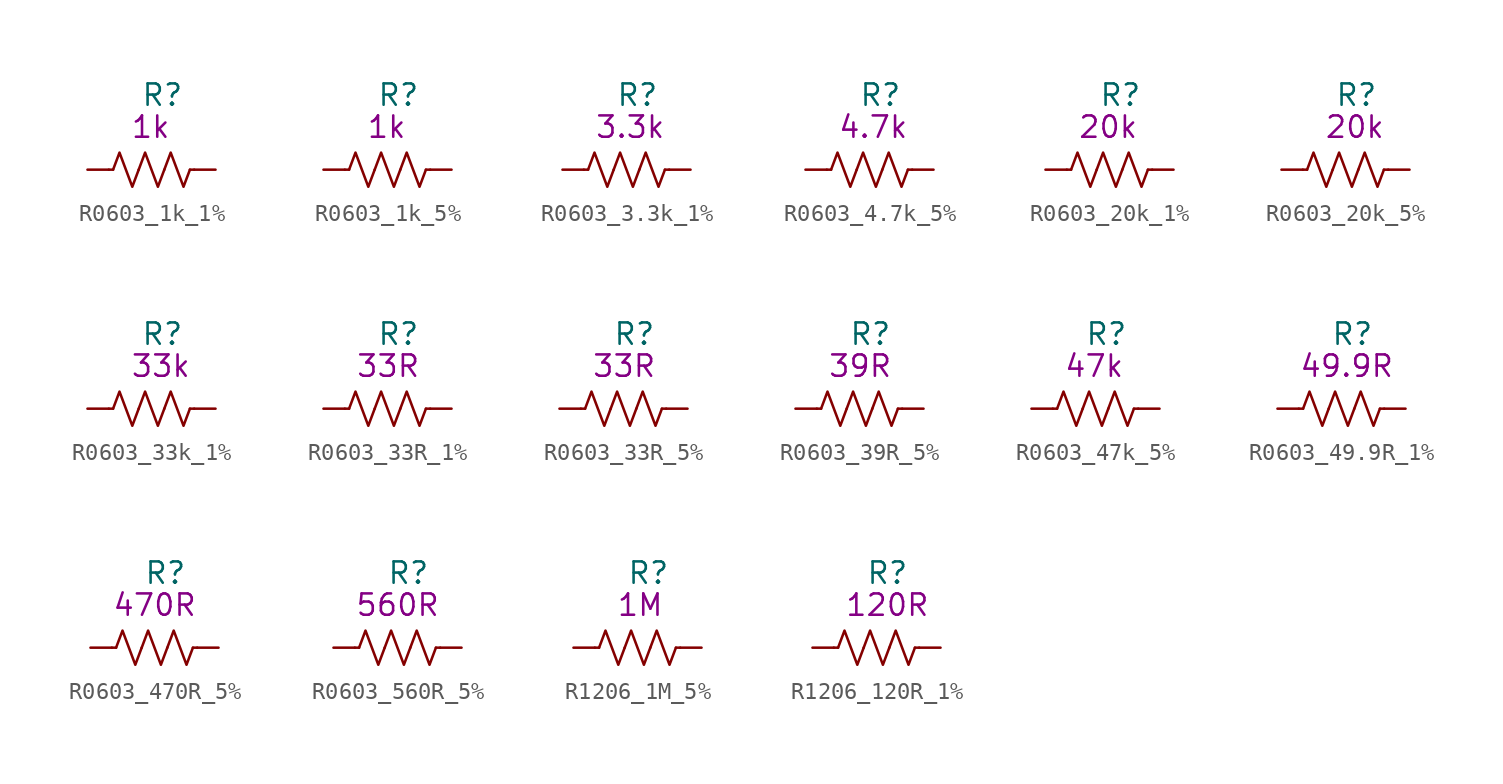
<source format=kicad_sym>
(kicad_symbol_lib
  (version 20211014)
  (generator kicad_symbol_editor)
  (symbol "R0603_1k_1%"
    (pin_numbers hide)
    (pin_names
      (offset 1.016))
    (property "Reference" "R"
      (at -0.635 4.445 0)
      (effects (font (size 1.27 1.27)) (justify left)))
    (property "Symbol" "1k"
      (at -1.27 2.54 0)
      (effects (font (size 1.27 1.27)) (justify left)))
    (symbol "R0603_1k_1%_1_1"
      (polyline (pts (xy -2.286 0) (xy -2.54 0)) (stroke (width 0) (type default) (color 0 0 0 0)) (fill (type none)))
      (polyline (pts (xy 2.286 0) (xy 2.54 0)) (stroke (width 0) (type default) (color 0 0 0 0)) (fill (type none)))
      (polyline (pts (xy -2.286 0) (xy -1.905 1.016) (xy -1.524 0) (xy -1.143 -1.016) (xy -0.762 0)) (stroke (width 0) (type default) (color 0 0 0 0)) (fill (type none)))
      (polyline (pts (xy -0.762 0) (xy -0.381 1.016) (xy 0 0) (xy 0.381 -1.016) (xy 0.762 0)) (stroke (width 0) (type default) (color 0 0 0 0)) (fill (type none)))
      (polyline (pts (xy 0.762 0) (xy 1.143 1.016) (xy 1.524 0) (xy 1.905 -1.016) (xy 2.286 0)) (stroke (width 0) (type default) (color 0 0 0 0)) (fill (type none)))
      (pin passive line (at -3.81 0 0) (length 1.27) (name "~" (effects (font (size 1.27 1.27)))) (number "1" (effects (font (size 1.27 1.27)))))
      (pin passive line (at 3.81 0 180) (length 1.27) (name "~" (effects (font (size 1.27 1.27)))) (number "2" (effects (font (size 1.27 1.27)))))))
  (symbol "R0603_1k_5%"
    (pin_numbers hide)
    (pin_names
      (offset 1.016))
    (property "Reference" "R"
      (at -0.635 4.445 0)
      (effects (font (size 1.27 1.27)) (justify left)))
    (property "Symbol" "1k"
      (at -1.27 2.54 0)
      (effects (font (size 1.27 1.27)) (justify left)))
    (symbol "R0603_1k_5%_1_1"
      (polyline (pts (xy -2.286 0) (xy -2.54 0)) (stroke (width 0) (type default) (color 0 0 0 0)) (fill (type none)))
      (polyline (pts (xy 2.286 0) (xy 2.54 0)) (stroke (width 0) (type default) (color 0 0 0 0)) (fill (type none)))
      (polyline (pts (xy -2.286 0) (xy -1.905 1.016) (xy -1.524 0) (xy -1.143 -1.016) (xy -0.762 0)) (stroke (width 0) (type default) (color 0 0 0 0)) (fill (type none)))
      (polyline (pts (xy -0.762 0) (xy -0.381 1.016) (xy 0 0) (xy 0.381 -1.016) (xy 0.762 0)) (stroke (width 0) (type default) (color 0 0 0 0)) (fill (type none)))
      (polyline (pts (xy 0.762 0) (xy 1.143 1.016) (xy 1.524 0) (xy 1.905 -1.016) (xy 2.286 0)) (stroke (width 0) (type default) (color 0 0 0 0)) (fill (type none)))
      (pin passive line (at -3.81 0 0) (length 1.27) (name "~" (effects (font (size 1.27 1.27)))) (number "1" (effects (font (size 1.27 1.27)))))
      (pin passive line (at 3.81 0 180) (length 1.27) (name "~" (effects (font (size 1.27 1.27)))) (number "2" (effects (font (size 1.27 1.27)))))))
  (symbol "R0603_3.3k_1%"
    (pin_numbers hide)
    (pin_names
      (offset 1.016))
    (property "Reference" "R"
      (at -0.635 4.445 0)
      (effects (font (size 1.27 1.27)) (justify left)))
    (property "Symbol" "3.3k"
      (at -1.905 2.54 0)
      (effects (font (size 1.27 1.27)) (justify left)))
    (symbol "R0603_3.3k_1%_1_1"
      (polyline (pts (xy -2.286 0) (xy -2.54 0)) (stroke (width 0) (type default) (color 0 0 0 0)) (fill (type none)))
      (polyline (pts (xy 2.286 0) (xy 2.54 0)) (stroke (width 0) (type default) (color 0 0 0 0)) (fill (type none)))
      (polyline (pts (xy -2.286 0) (xy -1.905 1.016) (xy -1.524 0) (xy -1.143 -1.016) (xy -0.762 0)) (stroke (width 0) (type default) (color 0 0 0 0)) (fill (type none)))
      (polyline (pts (xy -0.762 0) (xy -0.381 1.016) (xy 0 0) (xy 0.381 -1.016) (xy 0.762 0)) (stroke (width 0) (type default) (color 0 0 0 0)) (fill (type none)))
      (polyline (pts (xy 0.762 0) (xy 1.143 1.016) (xy 1.524 0) (xy 1.905 -1.016) (xy 2.286 0)) (stroke (width 0) (type default) (color 0 0 0 0)) (fill (type none)))
      (pin passive line (at -3.81 0 0) (length 1.27) (name "~" (effects (font (size 1.27 1.27)))) (number "1" (effects (font (size 1.27 1.27)))))
      (pin passive line (at 3.81 0 180) (length 1.27) (name "~" (effects (font (size 1.27 1.27)))) (number "2" (effects (font (size 1.27 1.27)))))))
  (symbol "R0603_4.7k_5%"
    (pin_numbers hide)
    (pin_names
      (offset 1.016))
    (property "Reference" "R"
      (at -0.635 4.445 0)
      (effects (font (size 1.27 1.27)) (justify left)))
    (property "Symbol" "4.7k"
      (at -1.905 2.54 0)
      (effects (font (size 1.27 1.27)) (justify left)))
    (symbol "R0603_4.7k_5%_1_1"
      (polyline (pts (xy -2.286 0) (xy -2.54 0)) (stroke (width 0) (type default) (color 0 0 0 0)) (fill (type none)))
      (polyline (pts (xy 2.286 0) (xy 2.54 0)) (stroke (width 0) (type default) (color 0 0 0 0)) (fill (type none)))
      (polyline (pts (xy -2.286 0) (xy -1.905 1.016) (xy -1.524 0) (xy -1.143 -1.016) (xy -0.762 0)) (stroke (width 0) (type default) (color 0 0 0 0)) (fill (type none)))
      (polyline (pts (xy -0.762 0) (xy -0.381 1.016) (xy 0 0) (xy 0.381 -1.016) (xy 0.762 0)) (stroke (width 0) (type default) (color 0 0 0 0)) (fill (type none)))
      (polyline (pts (xy 0.762 0) (xy 1.143 1.016) (xy 1.524 0) (xy 1.905 -1.016) (xy 2.286 0)) (stroke (width 0) (type default) (color 0 0 0 0)) (fill (type none)))
      (pin passive line (at -3.81 0 0) (length 1.27) (name "~" (effects (font (size 1.27 1.27)))) (number "1" (effects (font (size 1.27 1.27)))))
      (pin passive line (at 3.81 0 180) (length 1.27) (name "~" (effects (font (size 1.27 1.27)))) (number "2" (effects (font (size 1.27 1.27)))))))
  (symbol "R0603_20k_1%"
    (pin_numbers hide)
    (pin_names
      (offset 1.016))
    (property "Reference" "R"
      (at -0.635 4.445 0)
      (effects (font (size 1.27 1.27)) (justify left)))
    (property "Symbol" "20k"
      (at -1.905 2.54 0)
      (effects (font (size 1.27 1.27)) (justify left)))
    (symbol "R0603_20k_1%_1_1"
      (polyline (pts (xy -2.286 0) (xy -2.54 0)) (stroke (width 0) (type default) (color 0 0 0 0)) (fill (type none)))
      (polyline (pts (xy 2.286 0) (xy 2.54 0)) (stroke (width 0) (type default) (color 0 0 0 0)) (fill (type none)))
      (polyline (pts (xy -2.286 0) (xy -1.905 1.016) (xy -1.524 0) (xy -1.143 -1.016) (xy -0.762 0)) (stroke (width 0) (type default) (color 0 0 0 0)) (fill (type none)))
      (polyline (pts (xy -0.762 0) (xy -0.381 1.016) (xy 0 0) (xy 0.381 -1.016) (xy 0.762 0)) (stroke (width 0) (type default) (color 0 0 0 0)) (fill (type none)))
      (polyline (pts (xy 0.762 0) (xy 1.143 1.016) (xy 1.524 0) (xy 1.905 -1.016) (xy 2.286 0)) (stroke (width 0) (type default) (color 0 0 0 0)) (fill (type none)))
      (pin passive line (at -3.81 0 0) (length 1.27) (name "~" (effects (font (size 1.27 1.27)))) (number "1" (effects (font (size 1.27 1.27)))))
      (pin passive line (at 3.81 0 180) (length 1.27) (name "~" (effects (font (size 1.27 1.27)))) (number "2" (effects (font (size 1.27 1.27)))))))
  (symbol "R0603_20k_5%"
    (pin_numbers hide)
    (pin_names
      (offset 1.016))
    (property "Reference" "R"
      (at -0.635 4.445 0)
      (effects (font (size 1.27 1.27)) (justify left)))
    (property "Symbol" "20k"
      (at -1.27 2.54 0)
      (effects (font (size 1.27 1.27)) (justify left)))
    (symbol "R0603_20k_5%_1_1"
      (polyline (pts (xy -2.286 0) (xy -2.54 0)) (stroke (width 0) (type default) (color 0 0 0 0)) (fill (type none)))
      (polyline (pts (xy 2.286 0) (xy 2.54 0)) (stroke (width 0) (type default) (color 0 0 0 0)) (fill (type none)))
      (polyline (pts (xy -2.286 0) (xy -1.905 1.016) (xy -1.524 0) (xy -1.143 -1.016) (xy -0.762 0)) (stroke (width 0) (type default) (color 0 0 0 0)) (fill (type none)))
      (polyline (pts (xy -0.762 0) (xy -0.381 1.016) (xy 0 0) (xy 0.381 -1.016) (xy 0.762 0)) (stroke (width 0) (type default) (color 0 0 0 0)) (fill (type none)))
      (polyline (pts (xy 0.762 0) (xy 1.143 1.016) (xy 1.524 0) (xy 1.905 -1.016) (xy 2.286 0)) (stroke (width 0) (type default) (color 0 0 0 0)) (fill (type none)))
      (pin passive line (at -3.81 0 0) (length 1.27) (name "~" (effects (font (size 1.27 1.27)))) (number "1" (effects (font (size 1.27 1.27)))))
      (pin passive line (at 3.81 0 180) (length 1.27) (name "~" (effects (font (size 1.27 1.27)))) (number "2" (effects (font (size 1.27 1.27)))))))
  (symbol "R0603_33k_1%"
    (pin_numbers hide)
    (pin_names
      (offset 1.016))
    (property "Reference" "R"
      (at -0.635 4.445 0)
      (effects (font (size 1.27 1.27)) (justify left)))
    (property "Symbol" "33k"
      (at -1.27 2.54 0)
      (effects (font (size 1.27 1.27)) (justify left)))
    (symbol "R0603_33k_1%_1_1"
      (polyline (pts (xy -2.286 0) (xy -2.54 0)) (stroke (width 0) (type default) (color 0 0 0 0)) (fill (type none)))
      (polyline (pts (xy 2.286 0) (xy 2.54 0)) (stroke (width 0) (type default) (color 0 0 0 0)) (fill (type none)))
      (polyline (pts (xy -2.286 0) (xy -1.905 1.016) (xy -1.524 0) (xy -1.143 -1.016) (xy -0.762 0)) (stroke (width 0) (type default) (color 0 0 0 0)) (fill (type none)))
      (polyline (pts (xy -0.762 0) (xy -0.381 1.016) (xy 0 0) (xy 0.381 -1.016) (xy 0.762 0)) (stroke (width 0) (type default) (color 0 0 0 0)) (fill (type none)))
      (polyline (pts (xy 0.762 0) (xy 1.143 1.016) (xy 1.524 0) (xy 1.905 -1.016) (xy 2.286 0)) (stroke (width 0) (type default) (color 0 0 0 0)) (fill (type none)))
      (pin passive line (at -3.81 0 0) (length 1.27) (name "~" (effects (font (size 1.27 1.27)))) (number "1" (effects (font (size 1.27 1.27)))))
      (pin passive line (at 3.81 0 180) (length 1.27) (name "~" (effects (font (size 1.27 1.27)))) (number "2" (effects (font (size 1.27 1.27)))))))
  (symbol "R0603_33R_1%"
    (pin_numbers hide)
    (pin_names
      (offset 1.016))
    (property "Reference" "R"
      (at -0.635 4.445 0)
      (effects (font (size 1.27 1.27)) (justify left)))
    (property "Symbol" "33R"
      (at -1.905 2.54 0)
      (effects (font (size 1.27 1.27)) (justify left)))
    (symbol "R0603_33R_1%_1_1"
      (polyline (pts (xy -2.286 0) (xy -2.54 0)) (stroke (width 0) (type default) (color 0 0 0 0)) (fill (type none)))
      (polyline (pts (xy 2.286 0) (xy 2.54 0)) (stroke (width 0) (type default) (color 0 0 0 0)) (fill (type none)))
      (polyline (pts (xy -2.286 0) (xy -1.905 1.016) (xy -1.524 0) (xy -1.143 -1.016) (xy -0.762 0)) (stroke (width 0) (type default) (color 0 0 0 0)) (fill (type none)))
      (polyline (pts (xy -0.762 0) (xy -0.381 1.016) (xy 0 0) (xy 0.381 -1.016) (xy 0.762 0)) (stroke (width 0) (type default) (color 0 0 0 0)) (fill (type none)))
      (polyline (pts (xy 0.762 0) (xy 1.143 1.016) (xy 1.524 0) (xy 1.905 -1.016) (xy 2.286 0)) (stroke (width 0) (type default) (color 0 0 0 0)) (fill (type none)))
      (pin passive line (at -3.81 0 0) (length 1.27) (name "~" (effects (font (size 1.27 1.27)))) (number "1" (effects (font (size 1.27 1.27)))))
      (pin passive line (at 3.81 0 180) (length 1.27) (name "~" (effects (font (size 1.27 1.27)))) (number "2" (effects (font (size 1.27 1.27)))))))
  (symbol "R0603_33R_5%"
    (pin_numbers hide)
    (pin_names
      (offset 1.016))
    (property "Reference" "R"
      (at -0.635 4.445 0)
      (effects (font (size 1.27 1.27)) (justify left)))
    (property "Symbol" "33R"
      (at -1.905 2.54 0)
      (effects (font (size 1.27 1.27)) (justify left)))
    (symbol "R0603_33R_5%_1_1"
      (polyline (pts (xy -2.286 0) (xy -2.54 0)) (stroke (width 0) (type default) (color 0 0 0 0)) (fill (type none)))
      (polyline (pts (xy 2.286 0) (xy 2.54 0)) (stroke (width 0) (type default) (color 0 0 0 0)) (fill (type none)))
      (polyline (pts (xy -2.286 0) (xy -1.905 1.016) (xy -1.524 0) (xy -1.143 -1.016) (xy -0.762 0)) (stroke (width 0) (type default) (color 0 0 0 0)) (fill (type none)))
      (polyline (pts (xy -0.762 0) (xy -0.381 1.016) (xy 0 0) (xy 0.381 -1.016) (xy 0.762 0)) (stroke (width 0) (type default) (color 0 0 0 0)) (fill (type none)))
      (polyline (pts (xy 0.762 0) (xy 1.143 1.016) (xy 1.524 0) (xy 1.905 -1.016) (xy 2.286 0)) (stroke (width 0) (type default) (color 0 0 0 0)) (fill (type none)))
      (pin passive line (at -3.81 0 0) (length 1.27) (name "~" (effects (font (size 1.27 1.27)))) (number "1" (effects (font (size 1.27 1.27)))))
      (pin passive line (at 3.81 0 180) (length 1.27) (name "~" (effects (font (size 1.27 1.27)))) (number "2" (effects (font (size 1.27 1.27)))))))
  (symbol "R0603_39R_5%"
    (pin_numbers hide)
    (pin_names
      (offset 1.016))
    (property "Reference" "R"
      (at -0.635 4.445 0)
      (effects (font (size 1.27 1.27)) (justify left)))
    (property "Symbol" "39R"
      (at -1.905 2.54 0)
      (effects (font (size 1.27 1.27)) (justify left)))
    (symbol "R0603_39R_5%_1_1"
      (polyline (pts (xy -2.286 0) (xy -2.54 0)) (stroke (width 0) (type default) (color 0 0 0 0)) (fill (type none)))
      (polyline (pts (xy 2.286 0) (xy 2.54 0)) (stroke (width 0) (type default) (color 0 0 0 0)) (fill (type none)))
      (polyline (pts (xy -2.286 0) (xy -1.905 1.016) (xy -1.524 0) (xy -1.143 -1.016) (xy -0.762 0)) (stroke (width 0) (type default) (color 0 0 0 0)) (fill (type none)))
      (polyline (pts (xy -0.762 0) (xy -0.381 1.016) (xy 0 0) (xy 0.381 -1.016) (xy 0.762 0)) (stroke (width 0) (type default) (color 0 0 0 0)) (fill (type none)))
      (polyline (pts (xy 0.762 0) (xy 1.143 1.016) (xy 1.524 0) (xy 1.905 -1.016) (xy 2.286 0)) (stroke (width 0) (type default) (color 0 0 0 0)) (fill (type none)))
      (pin passive line (at -3.81 0 0) (length 1.27) (name "~" (effects (font (size 1.27 1.27)))) (number "1" (effects (font (size 1.27 1.27)))))
      (pin passive line (at 3.81 0 180) (length 1.27) (name "~" (effects (font (size 1.27 1.27)))) (number "2" (effects (font (size 1.27 1.27)))))))
  (symbol "R0603_47k_5%"
    (pin_numbers hide)
    (pin_names
      (offset 1.016))
    (property "Reference" "R"
      (at -0.635 4.445 0)
      (effects (font (size 1.27 1.27)) (justify left)))
    (property "Symbol" "47k"
      (at -1.905 2.54 0)
      (effects (font (size 1.27 1.27)) (justify left)))
    (symbol "R0603_47k_5%_1_1"
      (polyline (pts (xy -2.286 0) (xy -2.54 0)) (stroke (width 0) (type default) (color 0 0 0 0)) (fill (type none)))
      (polyline (pts (xy 2.286 0) (xy 2.54 0)) (stroke (width 0) (type default) (color 0 0 0 0)) (fill (type none)))
      (polyline (pts (xy -2.286 0) (xy -1.905 1.016) (xy -1.524 0) (xy -1.143 -1.016) (xy -0.762 0)) (stroke (width 0) (type default) (color 0 0 0 0)) (fill (type none)))
      (polyline (pts (xy -0.762 0) (xy -0.381 1.016) (xy 0 0) (xy 0.381 -1.016) (xy 0.762 0)) (stroke (width 0) (type default) (color 0 0 0 0)) (fill (type none)))
      (polyline (pts (xy 0.762 0) (xy 1.143 1.016) (xy 1.524 0) (xy 1.905 -1.016) (xy 2.286 0)) (stroke (width 0) (type default) (color 0 0 0 0)) (fill (type none)))
      (pin passive line (at -3.81 0 0) (length 1.27) (name "~" (effects (font (size 1.27 1.27)))) (number "1" (effects (font (size 1.27 1.27)))))
      (pin passive line (at 3.81 0 180) (length 1.27) (name "~" (effects (font (size 1.27 1.27)))) (number "2" (effects (font (size 1.27 1.27)))))))
  (symbol "R0603_49.9R_1%"
    (pin_numbers hide)
    (pin_names
      (offset 1.016))
    (property "Reference" "R"
      (at -0.635 4.445 0)
      (effects (font (size 1.27 1.27)) (justify left)))
    (property "Symbol" "49.9R"
      (at -2.54 2.54 0)
      (effects (font (size 1.27 1.27)) (justify left)))
    (symbol "R0603_49.9R_1%_1_1"
      (polyline (pts (xy -2.286 0) (xy -2.54 0)) (stroke (width 0) (type default) (color 0 0 0 0)) (fill (type none)))
      (polyline (pts (xy 2.286 0) (xy 2.54 0)) (stroke (width 0) (type default) (color 0 0 0 0)) (fill (type none)))
      (polyline (pts (xy -2.286 0) (xy -1.905 1.016) (xy -1.524 0) (xy -1.143 -1.016) (xy -0.762 0)) (stroke (width 0) (type default) (color 0 0 0 0)) (fill (type none)))
      (polyline (pts (xy -0.762 0) (xy -0.381 1.016) (xy 0 0) (xy 0.381 -1.016) (xy 0.762 0)) (stroke (width 0) (type default) (color 0 0 0 0)) (fill (type none)))
      (polyline (pts (xy 0.762 0) (xy 1.143 1.016) (xy 1.524 0) (xy 1.905 -1.016) (xy 2.286 0)) (stroke (width 0) (type default) (color 0 0 0 0)) (fill (type none)))
      (pin passive line (at -3.81 0 0) (length 1.27) (name "~" (effects (font (size 1.27 1.27)))) (number "1" (effects (font (size 1.27 1.27)))))
      (pin passive line (at 3.81 0 180) (length 1.27) (name "~" (effects (font (size 1.27 1.27)))) (number "2" (effects (font (size 1.27 1.27)))))))
  (symbol "R0603_470R_5%"
    (pin_numbers hide)
    (pin_names
      (offset 1.016))
    (property "Reference" "R"
      (at -0.635 4.445 0)
      (effects (font (size 1.27 1.27)) (justify left)))
    (property "Symbol" "470R"
      (at -2.54 2.54 0)
      (effects (font (size 1.27 1.27)) (justify left)))
    (symbol "R0603_470R_5%_1_1"
      (polyline (pts (xy -2.286 0) (xy -2.54 0)) (stroke (width 0) (type default) (color 0 0 0 0)) (fill (type none)))
      (polyline (pts (xy 2.286 0) (xy 2.54 0)) (stroke (width 0) (type default) (color 0 0 0 0)) (fill (type none)))
      (polyline (pts (xy -2.286 0) (xy -1.905 1.016) (xy -1.524 0) (xy -1.143 -1.016) (xy -0.762 0)) (stroke (width 0) (type default) (color 0 0 0 0)) (fill (type none)))
      (polyline (pts (xy -0.762 0) (xy -0.381 1.016) (xy 0 0) (xy 0.381 -1.016) (xy 0.762 0)) (stroke (width 0) (type default) (color 0 0 0 0)) (fill (type none)))
      (polyline (pts (xy 0.762 0) (xy 1.143 1.016) (xy 1.524 0) (xy 1.905 -1.016) (xy 2.286 0)) (stroke (width 0) (type default) (color 0 0 0 0)) (fill (type none)))
      (pin passive line (at -3.81 0 0) (length 1.27) (name "~" (effects (font (size 1.27 1.27)))) (number "1" (effects (font (size 1.27 1.27)))))
      (pin passive line (at 3.81 0 180) (length 1.27) (name "~" (effects (font (size 1.27 1.27)))) (number "2" (effects (font (size 1.27 1.27)))))))
  (symbol "R0603_560R_5%"
    (pin_numbers hide)
    (pin_names
      (offset 1.016))
    (property "Reference" "R"
      (at -0.635 4.445 0)
      (effects (font (size 1.27 1.27)) (justify left)))
    (property "Symbol" "560R"
      (at -2.54 2.54 0)
      (effects (font (size 1.27 1.27)) (justify left)))
    (symbol "R0603_560R_5%_1_1"
      (polyline (pts (xy -2.286 0) (xy -2.54 0)) (stroke (width 0) (type default) (color 0 0 0 0)) (fill (type none)))
      (polyline (pts (xy 2.286 0) (xy 2.54 0)) (stroke (width 0) (type default) (color 0 0 0 0)) (fill (type none)))
      (polyline (pts (xy -2.286 0) (xy -1.905 1.016) (xy -1.524 0) (xy -1.143 -1.016) (xy -0.762 0)) (stroke (width 0) (type default) (color 0 0 0 0)) (fill (type none)))
      (polyline (pts (xy -0.762 0) (xy -0.381 1.016) (xy 0 0) (xy 0.381 -1.016) (xy 0.762 0)) (stroke (width 0) (type default) (color 0 0 0 0)) (fill (type none)))
      (polyline (pts (xy 0.762 0) (xy 1.143 1.016) (xy 1.524 0) (xy 1.905 -1.016) (xy 2.286 0)) (stroke (width 0) (type default) (color 0 0 0 0)) (fill (type none)))
      (pin passive line (at -3.81 0 0) (length 1.27) (name "~" (effects (font (size 1.27 1.27)))) (number "1" (effects (font (size 1.27 1.27)))))
      (pin passive line (at 3.81 0 180) (length 1.27) (name "~" (effects (font (size 1.27 1.27)))) (number "2" (effects (font (size 1.27 1.27)))))))
  (symbol "R1206_1M_5%"
    (pin_numbers hide)
    (pin_names
      (offset 1.016))
    (property "Reference" "R"
      (at -0.635 4.445 0)
      (effects (font (size 1.27 1.27)) (justify left)))
    (property "Symbol" "1M"
      (at -1.27 2.54 0)
      (effects (font (size 1.27 1.27)) (justify left)))
    (symbol "R1206_1M_5%_1_1"
      (polyline (pts (xy -2.286 0) (xy -2.54 0)) (stroke (width 0) (type default) (color 0 0 0 0)) (fill (type none)))
      (polyline (pts (xy 2.286 0) (xy 2.54 0)) (stroke (width 0) (type default) (color 0 0 0 0)) (fill (type none)))
      (polyline (pts (xy -2.286 0) (xy -1.905 1.016) (xy -1.524 0) (xy -1.143 -1.016) (xy -0.762 0)) (stroke (width 0) (type default) (color 0 0 0 0)) (fill (type none)))
      (polyline (pts (xy -0.762 0) (xy -0.381 1.016) (xy 0 0) (xy 0.381 -1.016) (xy 0.762 0)) (stroke (width 0) (type default) (color 0 0 0 0)) (fill (type none)))
      (polyline (pts (xy 0.762 0) (xy 1.143 1.016) (xy 1.524 0) (xy 1.905 -1.016) (xy 2.286 0)) (stroke (width 0) (type default) (color 0 0 0 0)) (fill (type none)))
      (pin passive line (at -3.81 0 0) (length 1.27) (name "~" (effects (font (size 1.27 1.27)))) (number "1" (effects (font (size 1.27 1.27)))))
      (pin passive line (at 3.81 0 180) (length 1.27) (name "~" (effects (font (size 1.27 1.27)))) (number "2" (effects (font (size 1.27 1.27)))))))
  (symbol "R1206_120R_1%"
    (pin_numbers hide)
    (pin_names
      (offset 1.016))
    (property "Reference" "R"
      (at -0.635 4.445 0)
      (effects (font (size 1.27 1.27)) (justify left)))
    (property "Symbol" "120R"
      (at -1.905 2.54 0)
      (effects (font (size 1.27 1.27)) (justify left)))
    (symbol "R1206_120R_1%_1_1"
      (polyline (pts (xy -2.286 0) (xy -2.54 0)) (stroke (width 0) (type default) (color 0 0 0 0)) (fill (type none)))
      (polyline (pts (xy 2.286 0) (xy 2.54 0)) (stroke (width 0) (type default) (color 0 0 0 0)) (fill (type none)))
      (polyline (pts (xy -2.286 0) (xy -1.905 1.016) (xy -1.524 0) (xy -1.143 -1.016) (xy -0.762 0)) (stroke (width 0) (type default) (color 0 0 0 0)) (fill (type none)))
      (polyline (pts (xy -0.762 0) (xy -0.381 1.016) (xy 0 0) (xy 0.381 -1.016) (xy 0.762 0)) (stroke (width 0) (type default) (color 0 0 0 0)) (fill (type none)))
      (polyline (pts (xy 0.762 0) (xy 1.143 1.016) (xy 1.524 0) (xy 1.905 -1.016) (xy 2.286 0)) (stroke (width 0) (type default) (color 0 0 0 0)) (fill (type none)))
      (pin passive line (at -3.81 0 0) (length 1.27) (name "~" (effects (font (size 1.27 1.27)))) (number "1" (effects (font (size 1.27 1.27)))))
      (pin passive line (at 3.81 0 180) (length 1.27) (name "~" (effects (font (size 1.27 1.27)))) (number "2" (effects (font (size 1.27 1.27))))))))
</source>
